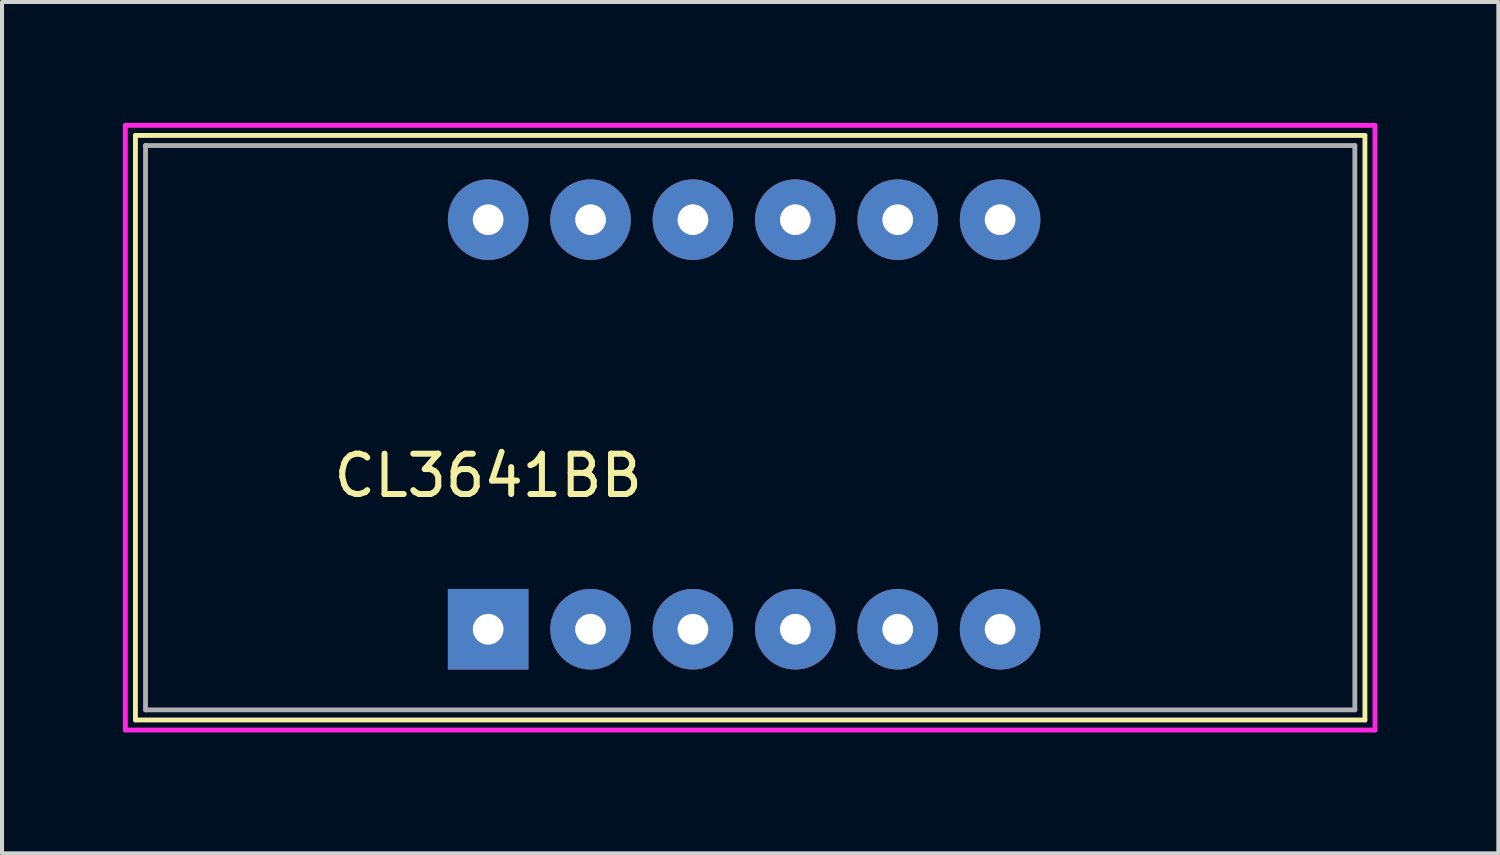
<source format=kicad_pcb>
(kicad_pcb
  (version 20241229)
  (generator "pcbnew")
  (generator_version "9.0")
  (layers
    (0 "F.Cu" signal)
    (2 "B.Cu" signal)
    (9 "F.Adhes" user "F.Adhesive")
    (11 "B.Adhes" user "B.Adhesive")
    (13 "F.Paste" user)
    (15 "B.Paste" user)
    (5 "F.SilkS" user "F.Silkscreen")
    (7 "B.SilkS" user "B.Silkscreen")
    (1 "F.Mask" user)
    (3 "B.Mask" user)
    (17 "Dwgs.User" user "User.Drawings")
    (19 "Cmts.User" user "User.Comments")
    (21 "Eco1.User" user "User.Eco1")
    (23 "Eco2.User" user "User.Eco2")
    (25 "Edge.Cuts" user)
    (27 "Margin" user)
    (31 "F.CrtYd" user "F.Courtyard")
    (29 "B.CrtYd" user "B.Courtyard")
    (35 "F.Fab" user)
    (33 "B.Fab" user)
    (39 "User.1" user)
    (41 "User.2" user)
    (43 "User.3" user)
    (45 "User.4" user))
  (footprint "CL3641BB"
    (layer "F.Cu")
    (at 15.06 7.56)
    (property "Reference" "CL3641BB" (at -6 1.19 0) (layer "F.SilkS") (effects (font (size 1 1) (thickness 0.15))))
    (attr through_hole)
    (fp_line (start -14.75 -7.25) (end -14.75 7.25) (stroke (width 0.12) (type solid)) (layer "F.SilkS"))
    (fp_line (start -14.75 7.25) (end 15.75 7.25) (stroke (width 0.12) (type solid)) (layer "F.SilkS"))
    (fp_line (start 15.75 -7.25) (end -14.75 -7.25) (stroke (width 0.12) (type solid)) (layer "F.SilkS"))
    (fp_line (start 15.75 7.25) (end 15.75 -7.25) (stroke (width 0.12) (type solid)) (layer "F.SilkS"))
    (fp_line (start -15 -7.5) (end -15 7.5) (stroke (width 0.12) (type solid)) (layer "F.CrtYd"))
    (fp_line (start -15 7.5) (end 16 7.5) (stroke (width 0.12) (type solid)) (layer "F.CrtYd"))
    (fp_line (start 16 -7.5) (end -15 -7.5) (stroke (width 0.12) (type solid)) (layer "F.CrtYd"))
    (fp_line (start 16 7.5) (end 16 -7.5) (stroke (width 0.12) (type solid)) (layer "F.CrtYd"))
    (fp_line (start -14.5 -7) (end -14.5 7) (stroke (width 0.12) (type solid)) (layer "F.Fab"))
    (fp_line (start 15.5 -7) (end -14.5 -7) (stroke (width 0.12) (type solid)) (layer "F.Fab"))
    (fp_line (start 15.5 -7) (end 15.5 7) (stroke (width 0.12) (type solid)) (layer "F.Fab"))
    (fp_line (start 15.5 7) (end -14.5 7) (stroke (width 0.12) (type solid)) (layer "F.Fab"))
    (pad "1" thru_hole rect (at -6 5) (size 2 2) (drill 0.762) (layers "*.Cu" "*.Mask"))
    (pad "2" thru_hole circle (at -3.46 5) (size 2 2) (drill 0.762) (layers "*.Cu" "*.Mask"))
    (pad "3" thru_hole circle (at -0.92 5) (size 2 2) (drill 0.762) (layers "*.Cu" "*.Mask"))
    (pad "4" thru_hole circle (at 1.62 5) (size 2 2) (drill 0.762) (layers "*.Cu" "*.Mask"))
    (pad "5" thru_hole circle (at 4.16 5) (size 2 2) (drill 0.762) (layers "*.Cu" "*.Mask"))
    (pad "6" thru_hole circle (at 6.7 5) (size 2 2) (drill 0.762) (layers "*.Cu" "*.Mask"))
    (pad "7" thru_hole circle (at 6.7 -5.16) (size 2 2) (drill 0.762) (layers "*.Cu" "*.Mask"))
    (pad "8" thru_hole circle (at 4.16 -5.16) (size 2 2) (drill 0.762) (layers "*.Cu" "*.Mask"))
    (pad "9" thru_hole circle (at 1.62 -5.16) (size 2 2) (drill 0.762) (layers "*.Cu" "*.Mask"))
    (pad "10" thru_hole circle (at -0.92 -5.16) (size 2 2) (drill 0.762) (layers "*.Cu" "*.Mask"))
    (pad "11" thru_hole circle (at -3.46 -5.16) (size 2 2) (drill 0.762) (layers "*.Cu" "*.Mask"))
    (pad "12" thru_hole circle (at -6 -5.16) (size 2 2) (drill 0.762) (layers "*.Cu" "*.Mask")))
  (gr_rect
    (start -3 -3)
    (end 34.12 18.12)
    (stroke (width 0.1) (type default))
    (fill no)
    (layer "Edge.Cuts")))
</source>
